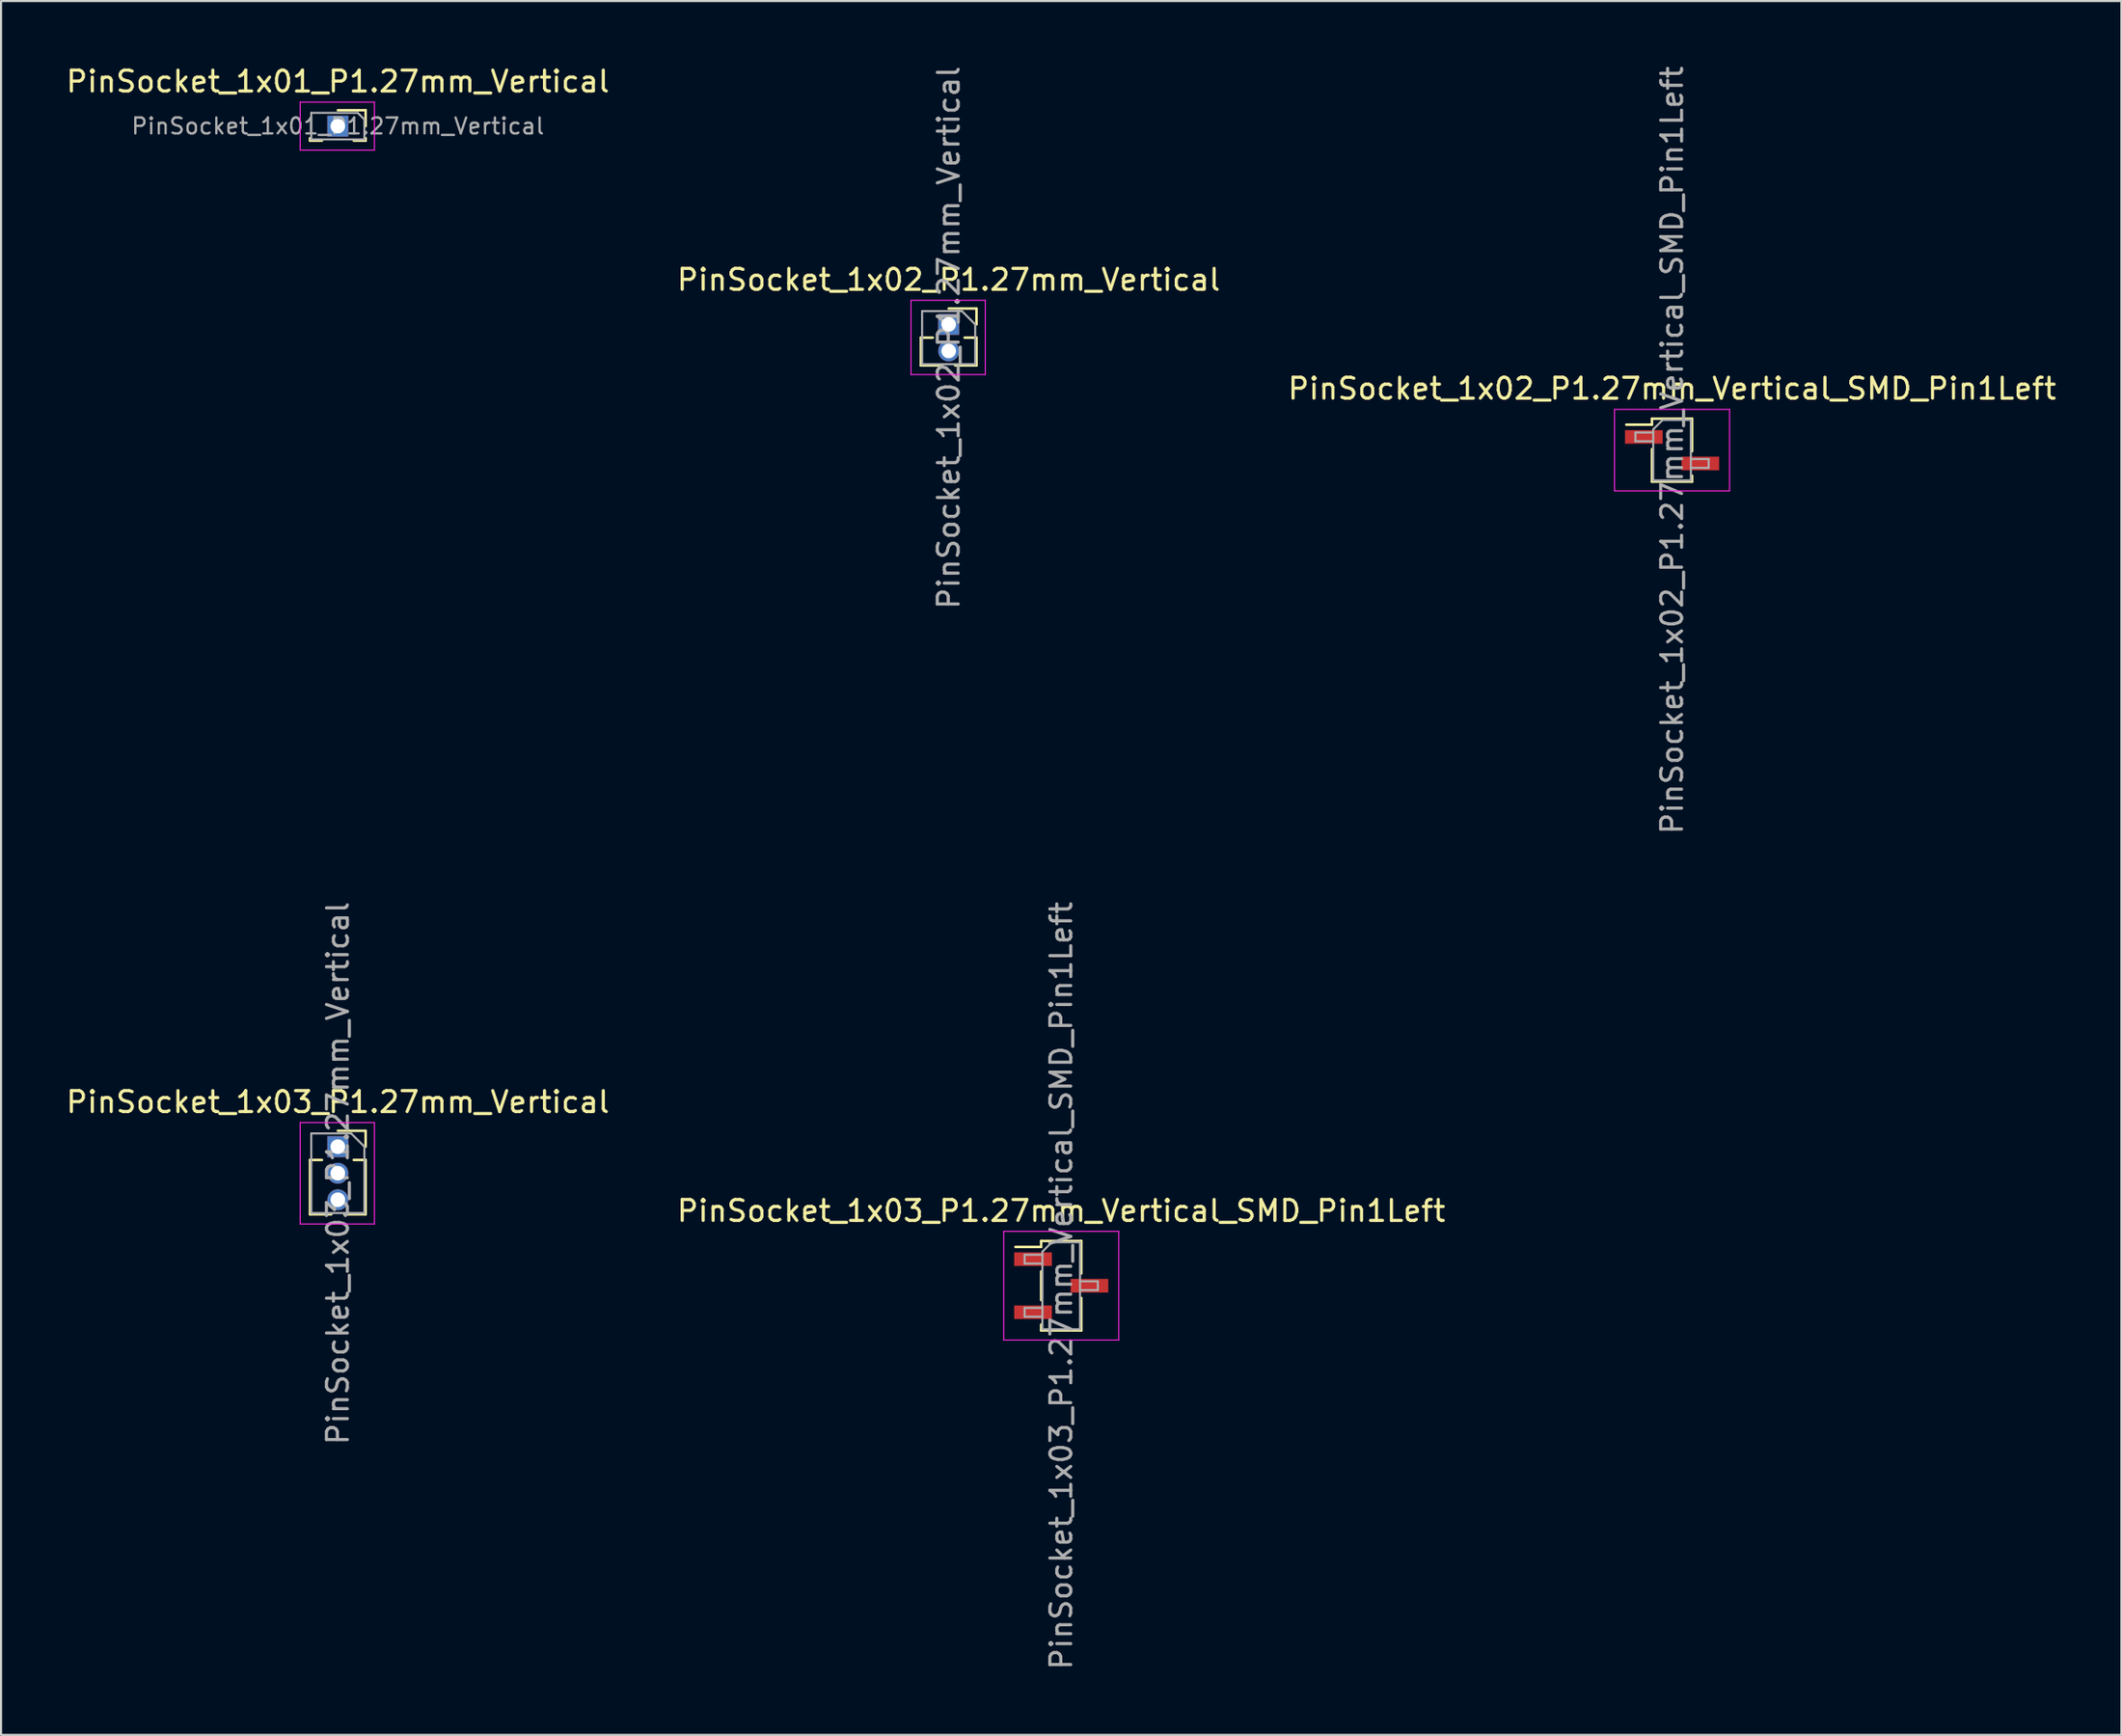
<source format=kicad_pcb>
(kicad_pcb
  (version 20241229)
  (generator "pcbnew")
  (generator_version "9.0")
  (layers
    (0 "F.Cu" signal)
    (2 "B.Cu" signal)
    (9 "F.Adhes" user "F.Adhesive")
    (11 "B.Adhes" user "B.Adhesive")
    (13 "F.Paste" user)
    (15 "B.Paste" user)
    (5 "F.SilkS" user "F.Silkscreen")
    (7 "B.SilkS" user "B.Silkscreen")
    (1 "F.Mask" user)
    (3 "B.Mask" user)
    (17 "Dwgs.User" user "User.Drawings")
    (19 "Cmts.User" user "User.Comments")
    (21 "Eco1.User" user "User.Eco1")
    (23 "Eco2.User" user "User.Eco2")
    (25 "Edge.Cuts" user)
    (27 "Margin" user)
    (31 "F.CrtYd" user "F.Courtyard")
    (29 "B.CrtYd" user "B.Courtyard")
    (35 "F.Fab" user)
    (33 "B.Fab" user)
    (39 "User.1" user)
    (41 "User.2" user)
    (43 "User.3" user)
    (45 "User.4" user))
  (footprint "PinSocket_1x03_P1.27mm_Vertical"
    (layer "F.Cu")
    (at 13.101 51.795)
    (property "Reference" "PinSocket_1x03_P1.27mm_Vertical" (at 0 -2.135 0) (layer "F.SilkS") (effects (font (size 1 1) (thickness 0.15))))
    (attr through_hole)
    (fp_line (start -1.33 0.635) (end -1.33 3.235) (stroke (width 0.12) (type solid)) (layer "F.SilkS"))
    (fp_line (start -1.33 0.635) (end -0.76 0.635) (stroke (width 0.12) (type solid)) (layer "F.SilkS"))
    (fp_line (start -1.33 3.235) (end -0.308 3.235) (stroke (width 0.12) (type solid)) (layer "F.SilkS"))
    (fp_line (start 0 -0.76) (end 1.33 -0.76) (stroke (width 0.12) (type solid)) (layer "F.SilkS"))
    (fp_line (start 0.308 3.235) (end 1.33 3.235) (stroke (width 0.12) (type solid)) (layer "F.SilkS"))
    (fp_line (start 0.76 0.635) (end 1.33 0.635) (stroke (width 0.12) (type solid)) (layer "F.SilkS"))
    (fp_line (start 1.33 -0.76) (end 1.33 0) (stroke (width 0.12) (type solid)) (layer "F.SilkS"))
    (fp_line (start 1.33 0.635) (end 1.33 3.235) (stroke (width 0.12) (type solid)) (layer "F.SilkS"))
    (fp_line (start -1.8 -1.15) (end 1.75 -1.15) (stroke (width 0.05) (type solid)) (layer "F.CrtYd"))
    (fp_line (start -1.8 3.7) (end -1.8 -1.15) (stroke (width 0.05) (type solid)) (layer "F.CrtYd"))
    (fp_line (start 1.75 -1.15) (end 1.75 3.7) (stroke (width 0.05) (type solid)) (layer "F.CrtYd"))
    (fp_line (start 1.75 3.7) (end -1.8 3.7) (stroke (width 0.05) (type solid)) (layer "F.CrtYd"))
    (fp_line (start -1.27 -0.635) (end 0.635 -0.635) (stroke (width 0.1) (type solid)) (layer "F.Fab"))
    (fp_line (start -1.27 3.175) (end -1.27 -0.635) (stroke (width 0.1) (type solid)) (layer "F.Fab"))
    (fp_line (start 0.635 -0.635) (end 1.27 0) (stroke (width 0.1) (type solid)) (layer "F.Fab"))
    (fp_line (start 1.27 0) (end 1.27 3.175) (stroke (width 0.1) (type solid)) (layer "F.Fab"))
    (fp_line (start 1.27 3.175) (end -1.27 3.175) (stroke (width 0.1) (type solid)) (layer "F.Fab"))
    (fp_text user "${REFERENCE}" (at 0 1.27 90) (layer "F.Fab") (effects (font (size 1 1) (thickness 0.15))))
    (pad "1" thru_hole rect (at 0 0) (size 1 1) (drill 0.7) (layers "*.Cu" "*.Mask"))
    (pad "2" thru_hole oval (at 0 1.27) (size 1 1) (drill 0.7) (layers "*.Cu" "*.Mask"))
    (pad "3" thru_hole oval (at 0 2.54) (size 1 1) (drill 0.7) (layers "*.Cu" "*.Mask")))
  (footprint "PinSocket_1x02_P1.27mm_Vertical"
    (layer "F.Cu")
    (at 42.304 12.466)
    (property "Reference" "PinSocket_1x02_P1.27mm_Vertical" (at 0 -2.135 0) (layer "F.SilkS") (effects (font (size 1 1) (thickness 0.15))))
    (attr through_hole)
    (fp_line (start -1.33 0.635) (end -1.33 1.965) (stroke (width 0.12) (type solid)) (layer "F.SilkS"))
    (fp_line (start -1.33 0.635) (end -0.76 0.635) (stroke (width 0.12) (type solid)) (layer "F.SilkS"))
    (fp_line (start -1.33 1.965) (end -0.308 1.965) (stroke (width 0.12) (type solid)) (layer "F.SilkS"))
    (fp_line (start 0 -0.76) (end 1.33 -0.76) (stroke (width 0.12) (type solid)) (layer "F.SilkS"))
    (fp_line (start 0.308 1.965) (end 1.33 1.965) (stroke (width 0.12) (type solid)) (layer "F.SilkS"))
    (fp_line (start 0.76 0.635) (end 1.33 0.635) (stroke (width 0.12) (type solid)) (layer "F.SilkS"))
    (fp_line (start 1.33 -0.76) (end 1.33 0) (stroke (width 0.12) (type solid)) (layer "F.SilkS"))
    (fp_line (start 1.33 0.635) (end 1.33 1.965) (stroke (width 0.12) (type solid)) (layer "F.SilkS"))
    (fp_line (start -1.8 -1.15) (end 1.75 -1.15) (stroke (width 0.05) (type solid)) (layer "F.CrtYd"))
    (fp_line (start -1.8 2.4) (end -1.8 -1.15) (stroke (width 0.05) (type solid)) (layer "F.CrtYd"))
    (fp_line (start 1.75 -1.15) (end 1.75 2.4) (stroke (width 0.05) (type solid)) (layer "F.CrtYd"))
    (fp_line (start 1.75 2.4) (end -1.8 2.4) (stroke (width 0.05) (type solid)) (layer "F.CrtYd"))
    (fp_line (start -1.27 -0.635) (end 0.635 -0.635) (stroke (width 0.1) (type solid)) (layer "F.Fab"))
    (fp_line (start -1.27 1.905) (end -1.27 -0.635) (stroke (width 0.1) (type solid)) (layer "F.Fab"))
    (fp_line (start 0.635 -0.635) (end 1.27 0) (stroke (width 0.1) (type solid)) (layer "F.Fab"))
    (fp_line (start 1.27 0) (end 1.27 1.905) (stroke (width 0.1) (type solid)) (layer "F.Fab"))
    (fp_line (start 1.27 1.905) (end -1.27 1.905) (stroke (width 0.1) (type solid)) (layer "F.Fab"))
    (fp_text user "${REFERENCE}" (at 0 0.635 90) (layer "F.Fab") (effects (font (size 1 1) (thickness 0.15))))
    (pad "1" thru_hole rect (at 0 0) (size 1 1) (drill 0.7) (layers "*.Cu" "*.Mask"))
    (pad "2" thru_hole oval (at 0 1.27) (size 1 1) (drill 0.7) (layers "*.Cu" "*.Mask")))
  (footprint "PinSocket_1x03_P1.27mm_Vertical_SMD_Pin1Left"
    (layer "F.Cu")
    (at 47.685 58.446)
    (property "Reference" "PinSocket_1x03_P1.27mm_Vertical_SMD_Pin1Left" (at 0 -3.58 0) (layer "F.SilkS") (effects (font (size 1 1) (thickness 0.15))))
    (attr smd)
    (fp_line (start -2.19 -1.855) (end -0.96 -1.855) (stroke (width 0.12) (type solid)) (layer "F.SilkS"))
    (fp_line (start -0.96 -2.14) (end -0.96 -1.855) (stroke (width 0.12) (type solid)) (layer "F.SilkS"))
    (fp_line (start -0.96 -2.14) (end 0.96 -2.14) (stroke (width 0.12) (type solid)) (layer "F.SilkS"))
    (fp_line (start -0.96 -0.685) (end -0.96 0.685) (stroke (width 0.12) (type solid)) (layer "F.SilkS"))
    (fp_line (start -0.96 1.855) (end -0.96 2.14) (stroke (width 0.12) (type solid)) (layer "F.SilkS"))
    (fp_line (start -0.96 2.14) (end 0.96 2.14) (stroke (width 0.12) (type solid)) (layer "F.SilkS"))
    (fp_line (start 0.96 -2.14) (end 0.96 -0.585) (stroke (width 0.12) (type solid)) (layer "F.SilkS"))
    (fp_line (start 0.96 0.585) (end 0.96 2.14) (stroke (width 0.12) (type solid)) (layer "F.SilkS"))
    (fp_line (start -2.75 -2.6) (end 2.75 -2.6) (stroke (width 0.05) (type solid)) (layer "F.CrtYd"))
    (fp_line (start -2.75 2.6) (end -2.75 -2.6) (stroke (width 0.05) (type solid)) (layer "F.CrtYd"))
    (fp_line (start 2.75 -2.6) (end 2.75 2.6) (stroke (width 0.05) (type solid)) (layer "F.CrtYd"))
    (fp_line (start 2.75 2.6) (end -2.75 2.6) (stroke (width 0.05) (type solid)) (layer "F.CrtYd"))
    (fp_line (start -1.75 -1.48) (end -0.9 -1.48) (stroke (width 0.1) (type solid)) (layer "F.Fab"))
    (fp_line (start -1.75 -1.06) (end -1.75 -1.48) (stroke (width 0.1) (type solid)) (layer "F.Fab"))
    (fp_line (start -1.75 1.06) (end -0.9 1.06) (stroke (width 0.1) (type solid)) (layer "F.Fab"))
    (fp_line (start -1.75 1.48) (end -1.75 1.06) (stroke (width 0.1) (type solid)) (layer "F.Fab"))
    (fp_line (start -0.9 -1.63) (end -0.45 -2.08) (stroke (width 0.1) (type solid)) (layer "F.Fab"))
    (fp_line (start -0.9 -1.06) (end -1.75 -1.06) (stroke (width 0.1) (type solid)) (layer "F.Fab"))
    (fp_line (start -0.9 1.48) (end -1.75 1.48) (stroke (width 0.1) (type solid)) (layer "F.Fab"))
    (fp_line (start -0.9 2.08) (end -0.9 -1.63) (stroke (width 0.1) (type solid)) (layer "F.Fab"))
    (fp_line (start -0.45 -2.08) (end 0.9 -2.08) (stroke (width 0.1) (type solid)) (layer "F.Fab"))
    (fp_line (start 0.9 -2.08) (end 0.9 2.08) (stroke (width 0.1) (type solid)) (layer "F.Fab"))
    (fp_line (start 0.9 -0.21) (end 1.75 -0.21) (stroke (width 0.1) (type solid)) (layer "F.Fab"))
    (fp_line (start 0.9 2.08) (end -0.9 2.08) (stroke (width 0.1) (type solid)) (layer "F.Fab"))
    (fp_line (start 1.75 -0.21) (end 1.75 0.21) (stroke (width 0.1) (type solid)) (layer "F.Fab"))
    (fp_line (start 1.75 0.21) (end 0.9 0.21) (stroke (width 0.1) (type solid)) (layer "F.Fab"))
    (fp_text user "${REFERENCE}" (at 0 0 90) (layer "F.Fab") (effects (font (size 1 1) (thickness 0.15))))
    (pad "1" smd rect (at -1.35 -1.27) (size 1.8 0.65) (layers "F.Cu" "F.Mask" "F.Paste"))
    (pad "2" smd rect (at 1.35 0) (size 1.8 0.65) (layers "F.Cu" "F.Mask" "F.Paste"))
    (pad "3" smd rect (at -1.35 1.27) (size 1.8 0.65) (layers "F.Cu" "F.Mask" "F.Paste")))
  (footprint "PinSocket_1x02_P1.27mm_Vertical_SMD_Pin1Left"
    (layer "F.Cu")
    (at 76.887 18.482)
    (property "Reference" "PinSocket_1x02_P1.27mm_Vertical_SMD_Pin1Left" (at 0 -2.945 0) (layer "F.SilkS") (effects (font (size 1 1) (thickness 0.15))))
    (attr smd)
    (fp_line (start -2.19 -1.22) (end -0.96 -1.22) (stroke (width 0.12) (type solid)) (layer "F.SilkS"))
    (fp_line (start -0.96 -1.505) (end -0.96 -1.22) (stroke (width 0.12) (type solid)) (layer "F.SilkS"))
    (fp_line (start -0.96 -1.505) (end 0.96 -1.505) (stroke (width 0.12) (type solid)) (layer "F.SilkS"))
    (fp_line (start -0.96 -0.05) (end -0.96 1.505) (stroke (width 0.12) (type solid)) (layer "F.SilkS"))
    (fp_line (start -0.96 1.505) (end 0.96 1.505) (stroke (width 0.12) (type solid)) (layer "F.SilkS"))
    (fp_line (start 0.96 -1.505) (end 0.96 0.05) (stroke (width 0.12) (type solid)) (layer "F.SilkS"))
    (fp_line (start 0.96 1.22) (end 0.96 1.505) (stroke (width 0.12) (type solid)) (layer "F.SilkS"))
    (fp_line (start -2.75 -1.95) (end 2.75 -1.95) (stroke (width 0.05) (type solid)) (layer "F.CrtYd"))
    (fp_line (start -2.75 1.95) (end -2.75 -1.95) (stroke (width 0.05) (type solid)) (layer "F.CrtYd"))
    (fp_line (start 2.75 -1.95) (end 2.75 1.95) (stroke (width 0.05) (type solid)) (layer "F.CrtYd"))
    (fp_line (start 2.75 1.95) (end -2.75 1.95) (stroke (width 0.05) (type solid)) (layer "F.CrtYd"))
    (fp_line (start -1.75 -0.845) (end -0.9 -0.845) (stroke (width 0.1) (type solid)) (layer "F.Fab"))
    (fp_line (start -1.75 -0.425) (end -1.75 -0.845) (stroke (width 0.1) (type solid)) (layer "F.Fab"))
    (fp_line (start -0.9 -0.995) (end -0.45 -1.445) (stroke (width 0.1) (type solid)) (layer "F.Fab"))
    (fp_line (start -0.9 -0.425) (end -1.75 -0.425) (stroke (width 0.1) (type solid)) (layer "F.Fab"))
    (fp_line (start -0.9 1.445) (end -0.9 -0.995) (stroke (width 0.1) (type solid)) (layer "F.Fab"))
    (fp_line (start -0.45 -1.445) (end 0.9 -1.445) (stroke (width 0.1) (type solid)) (layer "F.Fab"))
    (fp_line (start 0.9 -1.445) (end 0.9 1.445) (stroke (width 0.1) (type solid)) (layer "F.Fab"))
    (fp_line (start 0.9 0.425) (end 1.75 0.425) (stroke (width 0.1) (type solid)) (layer "F.Fab"))
    (fp_line (start 0.9 1.445) (end -0.9 1.445) (stroke (width 0.1) (type solid)) (layer "F.Fab"))
    (fp_line (start 1.75 0.425) (end 1.75 0.845) (stroke (width 0.1) (type solid)) (layer "F.Fab"))
    (fp_line (start 1.75 0.845) (end 0.9 0.845) (stroke (width 0.1) (type solid)) (layer "F.Fab"))
    (fp_text user "${REFERENCE}" (at 0 0 90) (layer "F.Fab") (effects (font (size 1 1) (thickness 0.15))))
    (pad "1" smd rect (at -1.35 -0.635) (size 1.8 0.65) (layers "F.Cu" "F.Mask" "F.Paste"))
    (pad "2" smd rect (at 1.35 0.635) (size 1.8 0.65) (layers "F.Cu" "F.Mask" "F.Paste")))
  (footprint "PinSocket_1x01_P1.27mm_Vertical"
    (layer "F.Cu")
    (at 13.101 2.983)
    (property "Reference" "PinSocket_1x01_P1.27mm_Vertical" (at 0 -2.135 0) (layer "F.SilkS") (effects (font (size 1 1) (thickness 0.15))))
    (attr through_hole)
    (fp_line (start -1.33 0.575) (end -1.33 0.695) (stroke (width 0.12) (type solid)) (layer "F.SilkS"))
    (fp_line (start -1.33 0.695) (end -0.76 0.695) (stroke (width 0.12) (type solid)) (layer "F.SilkS"))
    (fp_line (start 0 -0.76) (end 1.33 -0.76) (stroke (width 0.12) (type solid)) (layer "F.SilkS"))
    (fp_line (start 0.76 0.695) (end 1.33 0.695) (stroke (width 0.12) (type solid)) (layer "F.SilkS"))
    (fp_line (start 1.33 -0.76) (end 1.33 0) (stroke (width 0.12) (type solid)) (layer "F.SilkS"))
    (fp_line (start 1.33 0.575) (end 1.33 0.695) (stroke (width 0.12) (type solid)) (layer "F.SilkS"))
    (fp_line (start -1.8 -1.15) (end 1.75 -1.15) (stroke (width 0.05) (type solid)) (layer "F.CrtYd"))
    (fp_line (start -1.8 1.15) (end -1.8 -1.15) (stroke (width 0.05) (type solid)) (layer "F.CrtYd"))
    (fp_line (start 1.75 -1.15) (end 1.75 1.15) (stroke (width 0.05) (type solid)) (layer "F.CrtYd"))
    (fp_line (start 1.75 1.15) (end -1.8 1.15) (stroke (width 0.05) (type solid)) (layer "F.CrtYd"))
    (fp_line (start -1.27 -0.635) (end 0.953 -0.635) (stroke (width 0.1) (type solid)) (layer "F.Fab"))
    (fp_line (start -1.27 0.635) (end -1.27 -0.635) (stroke (width 0.1) (type solid)) (layer "F.Fab"))
    (fp_line (start 0.953 -0.635) (end 1.27 -0.318) (stroke (width 0.1) (type solid)) (layer "F.Fab"))
    (fp_line (start 1.27 -0.318) (end 1.27 0.635) (stroke (width 0.1) (type solid)) (layer "F.Fab"))
    (fp_line (start 1.27 0.635) (end -1.27 0.635) (stroke (width 0.1) (type solid)) (layer "F.Fab"))
    (fp_text user "${REFERENCE}" (at 0 0 0) (layer "F.Fab") (effects (font (size 0.76 0.76) (thickness 0.11))))
    (pad "1" thru_hole rect (at 0 0) (size 1 1) (drill 0.7) (layers "*.Cu" "*.Mask")))
  (gr_rect
    (start -3 -3)
    (end 98.369 79.929)
    (stroke (width 0.1) (type default))
    (fill no)
    (layer "Edge.Cuts")))
</source>
